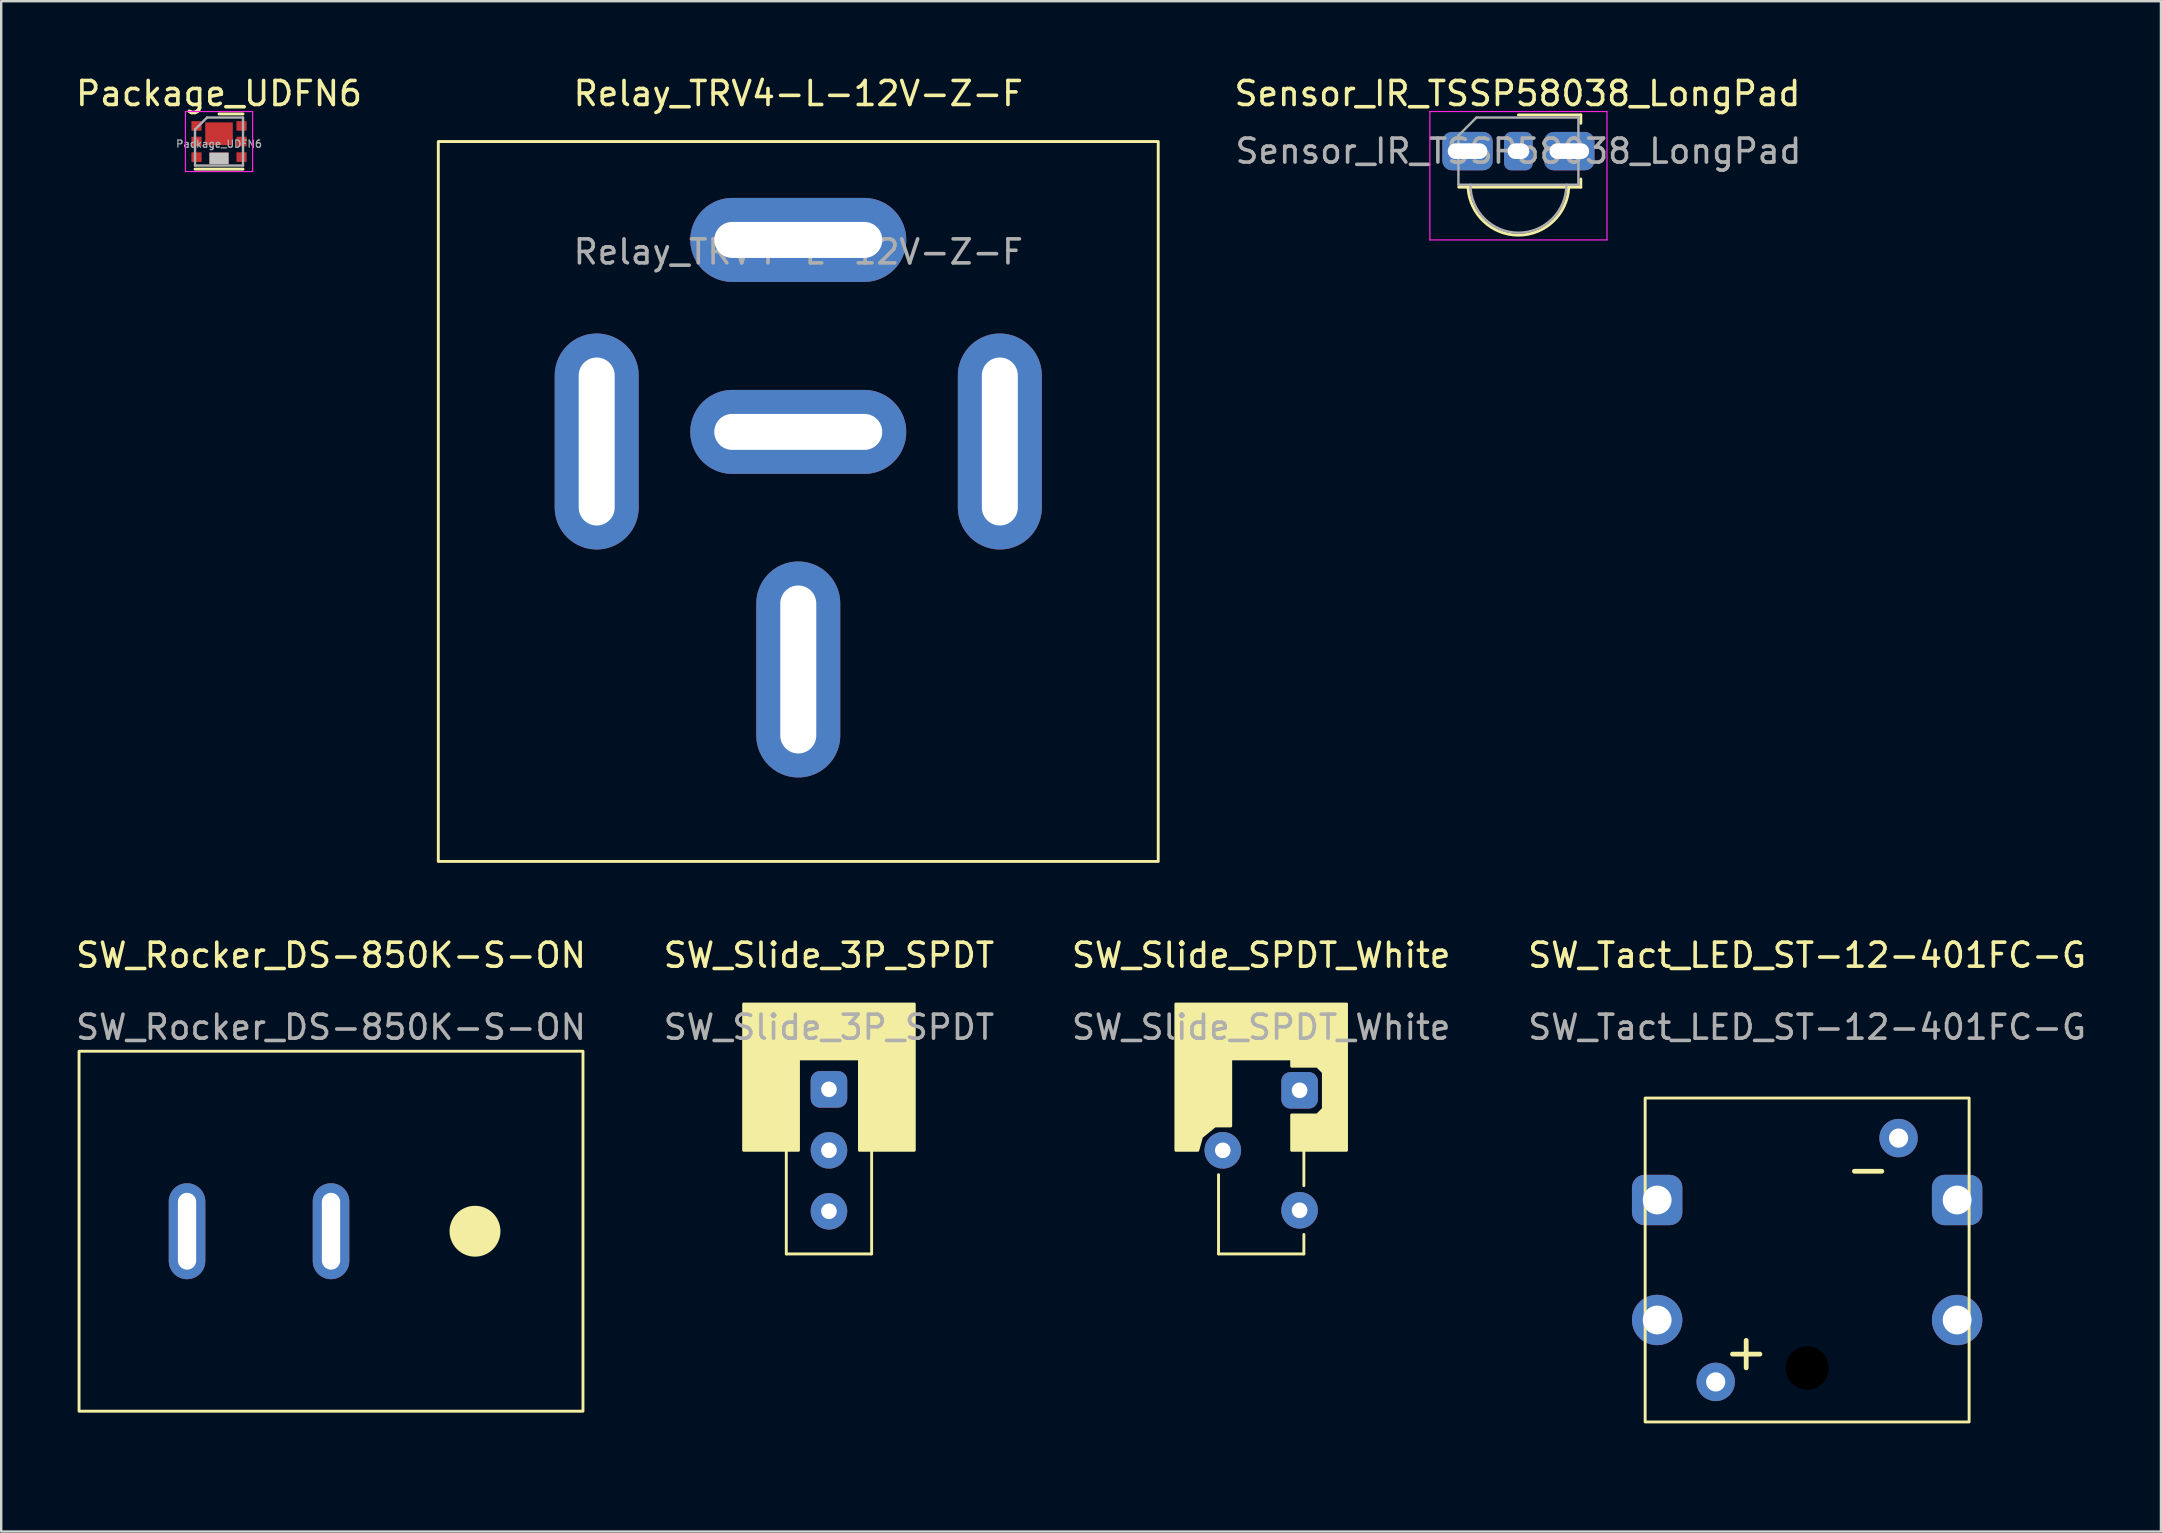
<source format=kicad_pcb>
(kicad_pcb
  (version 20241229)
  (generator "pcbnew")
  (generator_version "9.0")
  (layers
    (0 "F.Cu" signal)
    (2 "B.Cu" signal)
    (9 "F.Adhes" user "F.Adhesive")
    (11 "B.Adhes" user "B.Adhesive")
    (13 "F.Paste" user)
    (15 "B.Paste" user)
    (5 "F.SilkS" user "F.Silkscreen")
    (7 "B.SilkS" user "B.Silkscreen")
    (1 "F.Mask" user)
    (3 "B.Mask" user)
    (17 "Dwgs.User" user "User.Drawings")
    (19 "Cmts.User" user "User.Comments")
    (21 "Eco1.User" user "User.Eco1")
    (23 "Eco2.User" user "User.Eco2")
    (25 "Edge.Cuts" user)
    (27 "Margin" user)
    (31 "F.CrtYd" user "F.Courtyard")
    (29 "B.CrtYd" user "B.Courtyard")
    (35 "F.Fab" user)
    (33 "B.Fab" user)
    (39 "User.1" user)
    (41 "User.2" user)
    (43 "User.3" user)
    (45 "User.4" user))
  (footprint "SW_Tact_LED_ST-12-401FC-G"
    (layer "F.Cu")
    (at 72.256 49.456)
    (property "Reference" "SW_Tact_LED_ST-12-401FC-G" (at 0 -12.7 0) (unlocked yes) (layer "F.SilkS") (effects (font (size 1 1) (thickness 0.15))))
    (attr through_hole)
    (fp_rect (start -6.75 -6.75) (end 6.75 6.75) (stroke (width 0.12) (type solid)) (fill no) (layer "F.SilkS"))
    (fp_rect (start -8.255 -8.255) (end 8.255 8.255) (stroke (width 0.12) (type solid)) (fill no) (layer "Margin"))
    (fp_text user "+" (at -2.54 3.81 0) (unlocked yes) (layer "F.SilkS") (effects (font (size 1.5 1.5) (thickness 0.2))))
    (fp_text user "-" (at 2.54 -3.81 0) (unlocked yes) (layer "F.SilkS") (effects (font (size 1.5 1.5) (thickness 0.2))))
    (fp_text user "${REFERENCE}" (at 0 -9.7 0) (unlocked yes) (layer "F.Fab") (effects (font (size 1 1) (thickness 0.15))))
    (pad "" np_thru_hole circle (at 0 4.5) (size 1.8 1.8) (drill 1.8) (layers "*.Mask"))
    (pad "1" thru_hole roundrect (at -6.25 -2.5) (size 2.1 2.1) (drill 1.2) (layers "*.Cu" "*.Mask") (roundrect_rratio 0.25))
    (pad "1" thru_hole roundrect (at 6.25 -2.5) (size 2.1 2.1) (drill 1.2) (layers "*.Cu" "*.Mask") (roundrect_rratio 0.25))
    (pad "2" thru_hole circle (at -6.25 2.5) (size 2.1 2.1) (drill 1.2) (layers "*.Cu" "*.Mask"))
    (pad "2" thru_hole circle (at 6.25 2.5) (size 2.1 2.1) (drill 1.2) (layers "*.Cu" "*.Mask"))
    (pad "3" thru_hole circle (at 3.81 -5.08) (size 1.6 1.6) (drill 0.8) (layers "*.Cu" "*.Mask"))
    (pad "4" thru_hole circle (at -3.81 5.08) (size 1.6 1.6) (drill 0.8) (layers "*.Cu" "*.Mask")))
  (footprint "Package_UDFN6"
    (layer "F.Cu")
    (at 6.077 2.848)
    (property "Reference" "Package_UDFN6" (at 0 -2 0) (layer "F.SilkS") (effects (font (size 1 1) (thickness 0.15))))
    (attr smd)
    (fp_line (start 1 -1.15) (end 0 -1.15) (stroke (width 0.12) (type solid)) (layer "F.SilkS"))
    (fp_line (start 1 1.15) (end -1 1.15) (stroke (width 0.12) (type solid)) (layer "F.SilkS"))
    (fp_line (start -1.4 -1.25) (end -1.4 1.25) (stroke (width 0.05) (type solid)) (layer "F.CrtYd"))
    (fp_line (start -1.4 1.25) (end 1.4 1.25) (stroke (width 0.05) (type solid)) (layer "F.CrtYd"))
    (fp_line (start 1.4 -1.25) (end -1.4 -1.25) (stroke (width 0.05) (type solid)) (layer "F.CrtYd"))
    (fp_line (start 1.4 1.25) (end 1.4 -1.25) (stroke (width 0.05) (type solid)) (layer "F.CrtYd"))
    (fp_line (start -1 1) (end -1 -0.5) (stroke (width 0.1) (type solid)) (layer "F.Fab"))
    (fp_line (start -0.5 -1) (end -1 -0.5) (stroke (width 0.1) (type solid)) (layer "F.Fab"))
    (fp_line (start -0.5 -1) (end 1 -1) (stroke (width 0.1) (type solid)) (layer "F.Fab"))
    (fp_line (start 1 -1) (end 1 1) (stroke (width 0.1) (type solid)) (layer "F.Fab"))
    (fp_line (start 1 1) (end -1 1) (stroke (width 0.1) (type solid)) (layer "F.Fab"))
    (fp_text user "${REFERENCE}" (at 0 0.1 0) (layer "F.Fab") (effects (font (size 0.3 0.3) (thickness 0.05))))
    (pad "1" smd rect (at -0.938 -0.65) (size 0.425 0.4) (layers "F.Cu" "F.Mask" "F.Paste"))
    (pad "1" smd rect (at 0 -0.325) (size 1.15 0.95) (layers "F.Cu" "F.Mask" "F.Paste"))
    (pad "2" smd rect (at -0.938 0) (size 0.425 0.4) (layers "F.Cu" "F.Mask" "F.Paste"))
    (pad "3" smd rect (at -0.938 0.65) (size 0.425 0.4) (layers "F.Cu" "F.Mask" "F.Paste"))
    (pad "4" smd rect (at 0 0.7) (size 0.8 0.48) (layers "F.Cu" "F.Mask" "F.Paste" "Dwgs.User"))
    (pad "4" smd rect (at 0.938 0.65) (size 0.425 0.4) (layers "F.Cu" "F.Mask" "F.Paste"))
    (pad "5" smd rect (at 0.938 0) (size 0.425 0.4) (layers "F.Cu" "F.Mask" "F.Paste"))
    (pad "6" smd rect (at 0.938 -0.65) (size 0.425 0.4) (layers "F.Cu" "F.Mask" "F.Paste")))
  (footprint "SW_Slide_SPDT_White"
    (layer "F.Cu")
    (at 49.506 44.885)
    (property "Reference" "SW_Slide_SPDT_White" (at 0 -8.128 0) (unlocked yes) (layer "F.SilkS") (effects (font (size 1 1) (thickness 0.15))))
    (attr through_hole)
    (fp_line (start -1.778 -4.318) (end 1.778 -4.318) (stroke (width 0.12) (type solid)) (layer "F.SilkS"))
    (fp_line (start -1.778 4.318) (end -1.778 1.016) (stroke (width 0.12) (type solid)) (layer "F.SilkS"))
    (fp_line (start 1.778 -0.762) (end 1.778 1.473) (stroke (width 0.12) (type solid)) (layer "F.SilkS"))
    (fp_line (start 1.778 4.318) (end -1.778 4.318) (stroke (width 0.12) (type solid)) (layer "F.SilkS"))
    (fp_line (start 1.778 4.318) (end 1.778 3.505) (stroke (width 0.12) (type solid)) (layer "F.SilkS"))
    (fp_poly (pts (xy 3.556 0) (xy 1.27 0) (xy 1.27 -1.473) (xy 2.337 -1.473) (xy 2.591 -1.727) (xy 2.591 -3.251) (xy 2.337 -3.505) (xy 1.27 -3.505) (xy 1.27 -3.81) (xy -1.27 -3.81) (xy -1.27 -1.016) (xy -1.93 -1.016) (xy -2.489 -0.559) (xy -2.642 0) (xy -3.556 0) (xy -3.556 -6.096) (xy 3.556 -6.096)) (stroke (width 0.12) (type solid)) (fill yes) (layer "F.SilkS"))
    (fp_text user "${REFERENCE}" (at 0 -5.128 0) (unlocked yes) (layer "F.Fab") (effects (font (size 1 1) (thickness 0.15))))
    (pad "1" thru_hole roundrect (at 1.6 -2.5) (size 1.524 1.524) (drill 0.65) (layers "*.Cu" "*.Mask") (roundrect_rratio 0.25))
    (pad "2" thru_hole circle (at -1.6 0) (size 1.524 1.524) (drill 0.65) (layers "*.Cu" "*.Mask"))
    (pad "3" thru_hole circle (at 1.6 2.5) (size 1.524 1.524) (drill 0.65) (layers "*.Cu" "*.Mask")))
  (footprint "Sensor_IR_TSSP58038_LongPad"
    (layer "F.Cu")
    (at 60.225 3.248)
    (property "Reference" "Sensor_IR_TSSP58038_LongPad" (at -0.04 -2.4 180) (layer "F.SilkS") (effects (font (size 1 1) (thickness 0.15))))
    (attr through_hole)
    (fp_line (start 2.6 -1.51) (end 0 -1.51) (stroke (width 0.12) (type solid)) (layer "F.SilkS"))
    (fp_line (start 2.6 -1.16) (end 2.6 -1.51) (stroke (width 0.12) (type solid)) (layer "F.SilkS"))
    (fp_line (start 2.6 1.16) (end 2.6 1.5) (stroke (width 0.12) (type solid)) (layer "F.SilkS"))
    (fp_line (start 2.6 1.5) (end -2.49 1.5) (stroke (width 0.12) (type solid)) (layer "F.SilkS"))
    (fp_arc (start 2.1 1.5) (mid 0.000869 3.502379) (end -2.099917 1.501736) (stroke (width 0.12) (type solid)) (layer "F.SilkS"))
    (fp_line (start -3.69 -1.65) (end -3.69 3.7) (stroke (width 0.05) (type solid)) (layer "F.CrtYd"))
    (fp_line (start -3.69 -1.65) (end 3.69 -1.65) (stroke (width 0.05) (type solid)) (layer "F.CrtYd"))
    (fp_line (start 3.69 3.7) (end -3.69 3.7) (stroke (width 0.05) (type solid)) (layer "F.CrtYd"))
    (fp_line (start 3.69 3.7) (end 3.69 -1.65) (stroke (width 0.05) (type solid)) (layer "F.CrtYd"))
    (fp_line (start -2.5 1.4) (end -2.5 -0.65) (stroke (width 0.1) (type solid)) (layer "F.Fab"))
    (fp_line (start -1.75 -1.4) (end -2.5 -0.65) (stroke (width 0.1) (type solid)) (layer "F.Fab"))
    (fp_line (start -1.75 -1.4) (end 2.5 -1.4) (stroke (width 0.1) (type solid)) (layer "F.Fab"))
    (fp_line (start 2.5 -1.4) (end 2.5 1.4) (stroke (width 0.1) (type solid)) (layer "F.Fab"))
    (fp_line (start 2.5 1.4) (end -2.5 1.4) (stroke (width 0.1) (type solid)) (layer "F.Fab"))
    (fp_arc (start 2 1.4) (mid 0 3.4) (end -2 1.4) (stroke (width 0.1) (type solid)) (layer "F.Fab"))
    (fp_text user "${REFERENCE}" (at 0 0 0) (layer "F.Fab") (effects (font (size 1 1) (thickness 0.15))))
    (pad "1" thru_hole roundrect (at -2.12 0) (size 2.1 1.6) (drill oval 1.65 0.65) (layers "*.Cu" "*.Mask") (roundrect_rratio 0.25))
    (pad "2" thru_hole roundrect (at 0 0) (size 1.2 1.6) (drill oval 0.9 0.65) (layers "*.Cu" "*.Mask") (roundrect_rratio 0.25))
    (pad "3" thru_hole roundrect (at 2.12 0) (size 2.1 1.6) (drill oval 1.65 0.65) (layers "*.Cu" "*.Mask") (roundrect_rratio 0.25)))
  (footprint "SW_Rocker_DS-850K-S-ON"
    (layer "F.Cu")
    (at 10.744 48.257)
    (property "Reference" "SW_Rocker_DS-850K-S-ON" (at 0 -11.5 0) (unlocked yes) (layer "F.SilkS") (effects (font (size 1 1) (thickness 0.15))))
    (attr through_hole)
    (fp_rect (start 10.5 -7.5) (end -10.5 7.5) (stroke (width 0.12) (type solid)) (fill no) (layer "F.SilkS"))
    (fp_circle (center 6 0) (end 7 0) (stroke (width 0.12) (type solid)) (fill yes) (layer "F.SilkS"))
    (fp_text user "${REFERENCE}" (at 0 -8.5 0) (unlocked yes) (layer "F.Fab") (effects (font (size 1 1) (thickness 0.15))))
    (pad "1" thru_hole oval (at -6 0) (size 1.524 4) (drill oval 0.762 3.2) (layers "*.Cu" "*.Mask"))
    (pad "2" thru_hole oval (at 0 0 180) (size 1.524 4) (drill oval 0.762 3.2) (layers "*.Cu" "*.Mask")))
  (footprint "Relay_TRV4-L-12V-Z-F"
    (layer "F.Cu")
    (at 30.215 17.848)
    (property "Reference" "Relay_TRV4-L-12V-Z-F" (at 0 -17 0) (unlocked yes) (layer "F.SilkS") (effects (font (size 1 1) (thickness 0.15))))
    (attr through_hole)
    (fp_rect (start -15 15) (end 15 -15) (stroke (width 0.12) (type solid)) (fill no) (layer "F.SilkS"))
    (fp_text user "${REFERENCE}" (at 0 -10.4 0) (unlocked yes) (layer "F.Fab") (effects (font (size 1 1) (thickness 0.15))))
    (pad "30" thru_hole oval (at 0 7) (size 3.5 9) (drill oval 1.5 7) (layers "*.Cu" "*.Mask"))
    (pad "85" thru_hole oval (at 8.4 -2.5) (size 3.5 9) (drill oval 1.5 7) (layers "*.Cu" "*.Mask"))
    (pad "86" thru_hole oval (at -8.4 -2.5) (size 3.5 9) (drill oval 1.5 7) (layers "*.Cu" "*.Mask"))
    (pad "87" thru_hole oval (at 0 -10.9 90) (size 3.5 9) (drill oval 1.5 7) (layers "*.Cu" "*.Mask"))
    (pad "87a" thru_hole oval (at 0 -2.9 90) (size 3.5 9) (drill oval 1.5 7) (layers "*.Cu" "*.Mask")))
  (footprint "SW_Slide_3P_SPDT"
    (layer "F.Cu")
    (at 31.494 44.885)
    (property "Reference" "SW_Slide_3P_SPDT" (at 0 -8.128 0) (unlocked yes) (layer "F.SilkS") (effects (font (size 1 1) (thickness 0.15))))
    (attr through_hole)
    (fp_line (start -1.778 -4.318) (end 1.778 -4.318) (stroke (width 0.12) (type solid)) (layer "F.SilkS"))
    (fp_line (start -1.778 4.318) (end -1.778 -4.318) (stroke (width 0.12) (type solid)) (layer "F.SilkS"))
    (fp_line (start 1.778 -4.318) (end 1.778 4.318) (stroke (width 0.12) (type solid)) (layer "F.SilkS"))
    (fp_line (start 1.778 4.318) (end -1.778 4.318) (stroke (width 0.12) (type solid)) (layer "F.SilkS"))
    (fp_poly (pts (xy 3.556 0) (xy 1.27 0) (xy 1.27 -3.81) (xy -1.27 -3.81) (xy -1.27 0) (xy -3.556 0) (xy -3.556 -6.096) (xy 3.556 -6.096)) (stroke (width 0.12) (type solid)) (fill yes) (layer "F.SilkS"))
    (fp_text user "${REFERENCE}" (at 0 -5.128 0) (unlocked yes) (layer "F.Fab") (effects (font (size 1 1) (thickness 0.15))))
    (pad "1" thru_hole roundrect (at 0 -2.54) (size 1.524 1.524) (drill 0.65) (layers "*.Cu" "*.Mask") (roundrect_rratio 0.25))
    (pad "2" thru_hole circle (at 0 0) (size 1.524 1.524) (drill 0.65) (layers "*.Cu" "*.Mask"))
    (pad "3" thru_hole circle (at 0 2.54) (size 1.524 1.524) (drill 0.65) (layers "*.Cu" "*.Mask")))
  (gr_rect
    (start -3 -3)
    (end 87 60.772)
    (stroke (width 0.1) (type default))
    (fill no)
    (layer "Edge.Cuts")))
</source>
